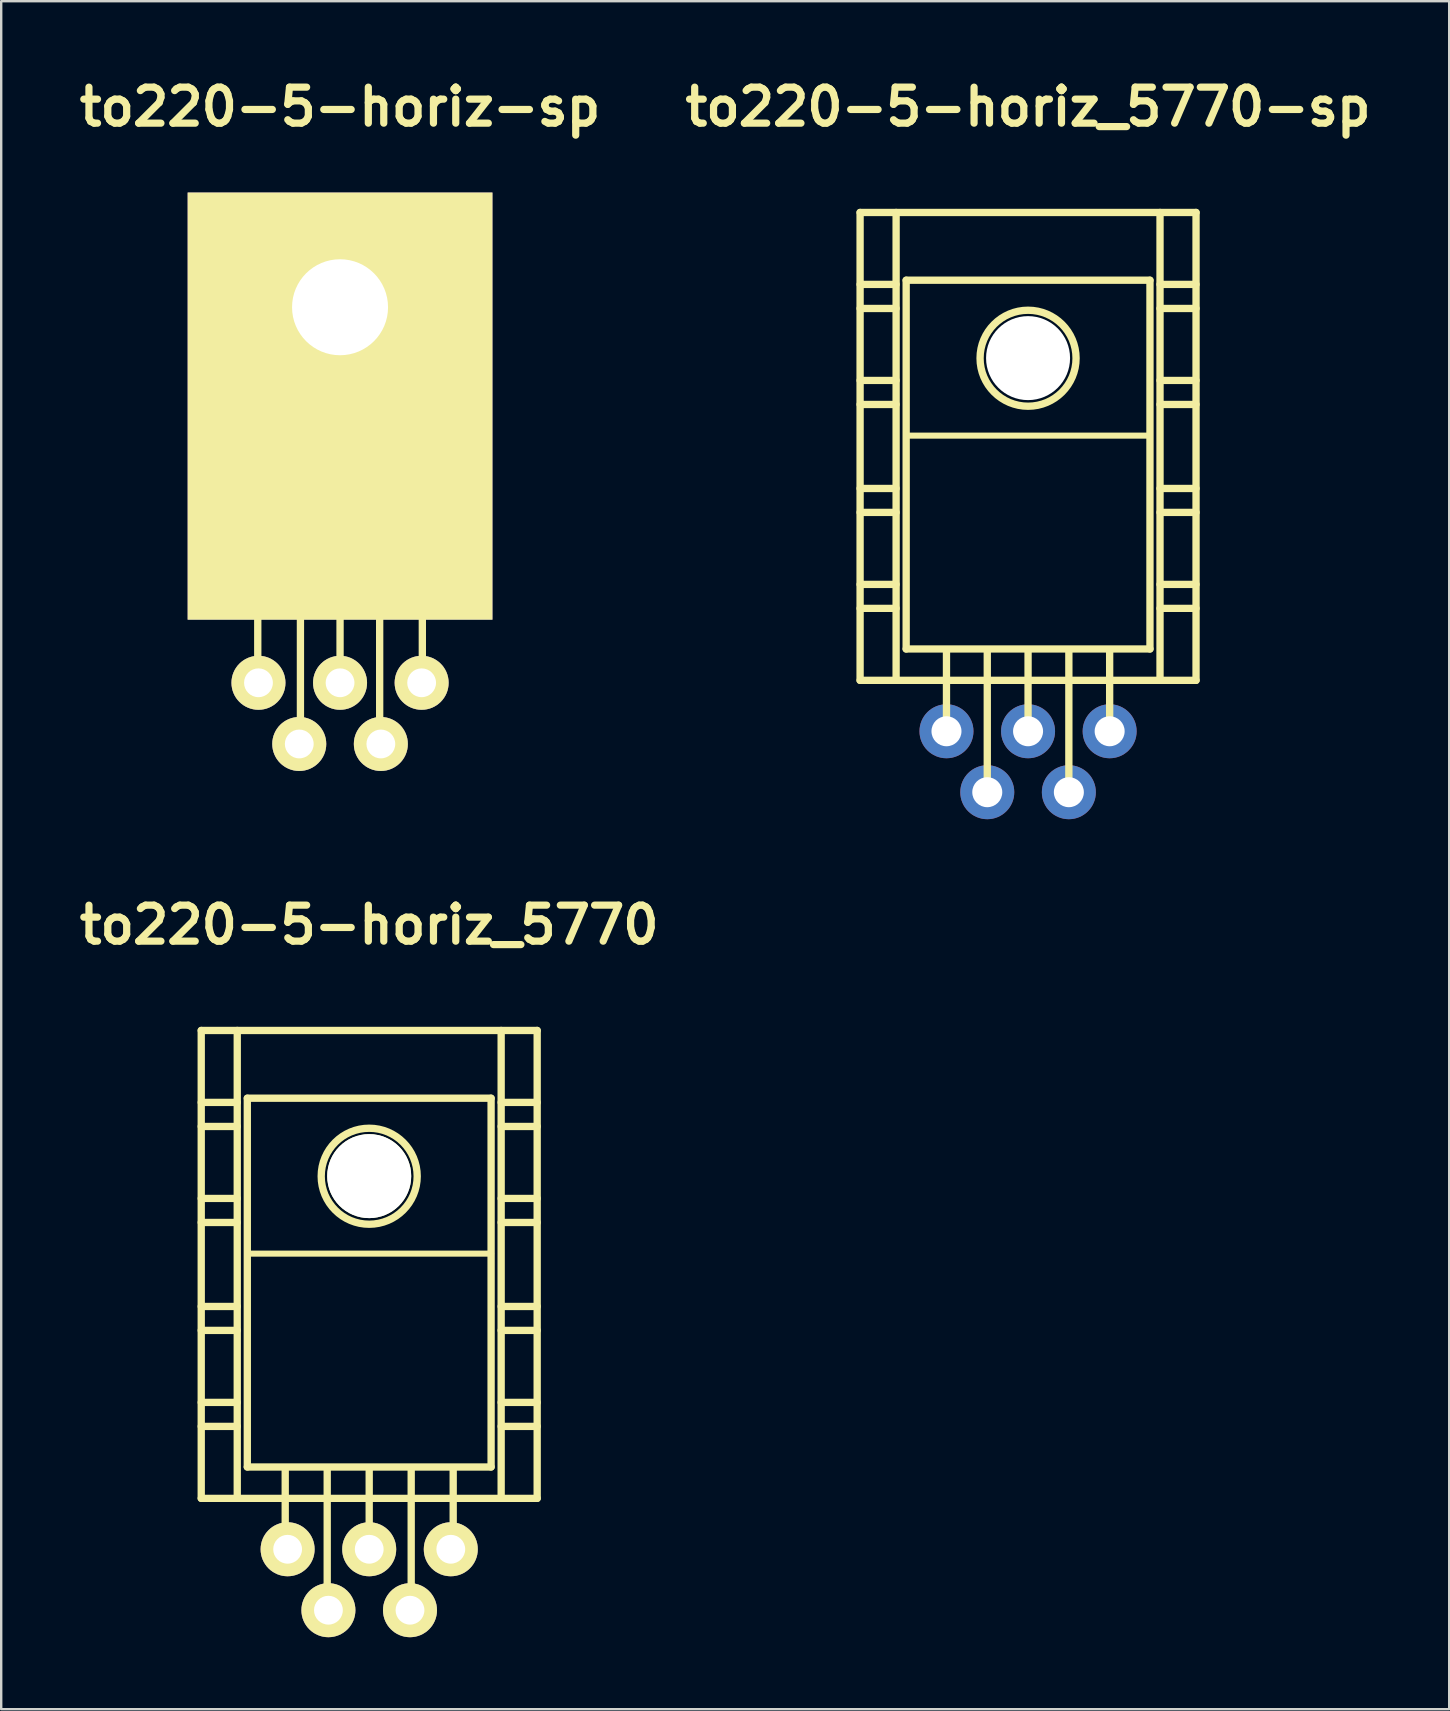
<source format=kicad_pcb>
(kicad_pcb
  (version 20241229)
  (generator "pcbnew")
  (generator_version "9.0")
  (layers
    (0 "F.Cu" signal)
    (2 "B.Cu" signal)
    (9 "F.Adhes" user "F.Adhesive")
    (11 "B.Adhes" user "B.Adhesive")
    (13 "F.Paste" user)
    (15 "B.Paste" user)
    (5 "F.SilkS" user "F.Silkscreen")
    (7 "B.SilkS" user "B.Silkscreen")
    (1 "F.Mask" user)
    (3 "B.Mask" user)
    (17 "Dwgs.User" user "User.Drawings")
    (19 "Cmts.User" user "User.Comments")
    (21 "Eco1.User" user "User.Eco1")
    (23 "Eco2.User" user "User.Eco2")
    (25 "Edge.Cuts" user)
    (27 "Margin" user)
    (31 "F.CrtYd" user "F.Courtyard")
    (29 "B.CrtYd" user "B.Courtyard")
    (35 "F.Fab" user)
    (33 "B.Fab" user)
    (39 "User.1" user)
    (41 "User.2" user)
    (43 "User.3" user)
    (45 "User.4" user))
  (footprint "to220-5-horiz_5770"
    (layer "F.Cu")
    (at 12.336 53.893)
    (property "Reference" "to220-5-horiz_5770" (at 0 -18.4 0) (layer "F.SilkS") (effects (font (size 1.5 1.5) (thickness 0.3))))
    (attr through_hole)
    (fp_line (start -7 -14) (end -7 5.499) (stroke (width 0.305) (type solid)) (layer "F.SilkS"))
    (fp_line (start -7 -11.001) (end -5.499 -11.001) (stroke (width 0.305) (type solid)) (layer "F.SilkS"))
    (fp_line (start -7 -10) (end -5.499 -10) (stroke (width 0.305) (type solid)) (layer "F.SilkS"))
    (fp_line (start -7 -7) (end -5.499 -7) (stroke (width 0.305) (type solid)) (layer "F.SilkS"))
    (fp_line (start -7 -5.999) (end -5.499 -5.999) (stroke (width 0.305) (type solid)) (layer "F.SilkS"))
    (fp_line (start -7 -2.499) (end -5.499 -2.499) (stroke (width 0.305) (type solid)) (layer "F.SilkS"))
    (fp_line (start -7 -1.501) (end -5.499 -1.501) (stroke (width 0.305) (type solid)) (layer "F.SilkS"))
    (fp_line (start -7 1.501) (end -5.499 1.501) (stroke (width 0.305) (type solid)) (layer "F.SilkS"))
    (fp_line (start -7 2.499) (end -5.499 2.499) (stroke (width 0.305) (type solid)) (layer "F.SilkS"))
    (fp_line (start -7 5.499) (end 7 5.499) (stroke (width 0.305) (type solid)) (layer "F.SilkS"))
    (fp_line (start -5.499 5.499) (end -5.499 -14) (stroke (width 0.305) (type solid)) (layer "F.SilkS"))
    (fp_line (start -5.08 -11.176) (end -5.08 4.191) (stroke (width 0.305) (type solid)) (layer "F.SilkS"))
    (fp_line (start -5.08 4.191) (end 5.08 4.191) (stroke (width 0.305) (type solid)) (layer "F.SilkS"))
    (fp_line (start -3.5 7.75) (end -3.5 4.249) (stroke (width 0.305) (type solid)) (layer "F.SilkS"))
    (fp_line (start -1.75 10.249) (end -1.75 4.249) (stroke (width 0.305) (type solid)) (layer "F.SilkS"))
    (fp_line (start 0 7.75) (end 0 4.249) (stroke (width 0.305) (type solid)) (layer "F.SilkS"))
    (fp_line (start 1.75 10.249) (end 1.75 4.249) (stroke (width 0.305) (type solid)) (layer "F.SilkS"))
    (fp_line (start 3.5 7.75) (end 3.5 4.249) (stroke (width 0.305) (type solid)) (layer "F.SilkS"))
    (fp_line (start 5.08 -11.176) (end -5.08 -11.176) (stroke (width 0.305) (type solid)) (layer "F.SilkS"))
    (fp_line (start 5.08 -4.699) (end -5.08 -4.699) (stroke (width 0.254) (type solid)) (layer "F.SilkS"))
    (fp_line (start 5.08 4.191) (end 5.08 -11.176) (stroke (width 0.305) (type solid)) (layer "F.SilkS"))
    (fp_line (start 5.499 -14) (end 5.499 5.499) (stroke (width 0.305) (type solid)) (layer "F.SilkS"))
    (fp_line (start 5.499 -11.001) (end 7 -11.001) (stroke (width 0.305) (type solid)) (layer "F.SilkS"))
    (fp_line (start 5.499 -10) (end 7 -10) (stroke (width 0.305) (type solid)) (layer "F.SilkS"))
    (fp_line (start 5.499 -7) (end 7 -7) (stroke (width 0.305) (type solid)) (layer "F.SilkS"))
    (fp_line (start 5.499 -5.999) (end 7 -5.999) (stroke (width 0.305) (type solid)) (layer "F.SilkS"))
    (fp_line (start 5.499 -2.499) (end 7 -2.499) (stroke (width 0.305) (type solid)) (layer "F.SilkS"))
    (fp_line (start 5.499 -1.501) (end 7 -1.501) (stroke (width 0.305) (type solid)) (layer "F.SilkS"))
    (fp_line (start 5.499 1.501) (end 7 1.501) (stroke (width 0.305) (type solid)) (layer "F.SilkS"))
    (fp_line (start 5.499 2.499) (end 7 2.499) (stroke (width 0.305) (type solid)) (layer "F.SilkS"))
    (fp_line (start 7 -14) (end -7 -14) (stroke (width 0.305) (type solid)) (layer "F.SilkS"))
    (fp_line (start 7 5.499) (end 7 -14) (stroke (width 0.305) (type solid)) (layer "F.SilkS"))
    (fp_circle (center 0 -7.925) (end -1.999 -8.001) (stroke (width 0.305) (type solid)) (fill no) (layer "F.SilkS"))
    (pad "" np_thru_hole circle (at 0 -7.93) (size 3.5 3.5) (drill 3.5) (layers "*.Cu" "*.Mask" "F.SilkS"))
    (pad "1" thru_hole circle (at 3.4 7.62) (size 2.25 2.25) (drill 1.2) (layers "*.Cu" "*.Mask" "F.SilkS"))
    (pad "2" thru_hole circle (at 1.7 10.16) (size 2.25 2.25) (drill 1.2) (layers "*.Cu" "*.Mask" "F.SilkS"))
    (pad "3" thru_hole circle (at 0 7.62) (size 2.25 2.25) (drill 1.2) (layers "*.Cu" "*.Mask" "F.SilkS"))
    (pad "4" thru_hole circle (at -1.7 10.16) (size 2.25 2.25) (drill 1.2) (layers "*.Cu" "*.Mask" "F.SilkS"))
    (pad "5" thru_hole circle (at -3.4 7.62) (size 2.25 2.25) (drill 1.2) (layers "*.Cu" "*.Mask" "F.SilkS")))
  (footprint "to220-5-horiz-sp"
    (layer "F.Cu")
    (at 11.121 17.404)
    (property "Reference" "to220-5-horiz-sp" (at 0 -16 0) (layer "F.SilkS") (effects (font (size 1.5 1.5) (thickness 0.3))))
    (attr through_hole)
    (fp_line (start -5.08 -10.922) (end -5.08 4.445) (stroke (width 0.305) (type solid)) (layer "F.SilkS"))
    (fp_line (start -5.08 4.445) (end 5.08 4.445) (stroke (width 0.305) (type solid)) (layer "F.SilkS"))
    (fp_line (start -3.429 8.001) (end -3.429 4.445) (stroke (width 0.305) (type solid)) (layer "F.SilkS"))
    (fp_line (start -1.651 10.541) (end -1.651 4.445) (stroke (width 0.305) (type solid)) (layer "F.SilkS"))
    (fp_line (start 0 8.001) (end 0 4.445) (stroke (width 0.305) (type solid)) (layer "F.SilkS"))
    (fp_line (start 1.651 10.541) (end 1.651 4.445) (stroke (width 0.305) (type solid)) (layer "F.SilkS"))
    (fp_line (start 3.429 8.001) (end 3.429 4.445) (stroke (width 0.305) (type solid)) (layer "F.SilkS"))
    (fp_line (start 5.08 -10.922) (end -5.08 -10.922) (stroke (width 0.305) (type solid)) (layer "F.SilkS"))
    (fp_line (start 5.08 -4.445) (end -5.08 -4.445) (stroke (width 0.254) (type solid)) (layer "F.SilkS"))
    (fp_line (start 5.08 4.445) (end 5.08 -10.922) (stroke (width 0.305) (type solid)) (layer "F.SilkS"))
    (pad "1" thru_hole circle (at -3.4 8) (size 2.25 2.25) (drill 1.2) (layers "*.Cu" "*.Mask" "F.SilkS"))
    (pad "2" thru_hole circle (at -1.7 10.55) (size 2.25 2.25) (drill 1.2) (layers "*.Cu" "*.Mask" "F.SilkS"))
    (pad "3" thru_hole circle (at 0 8) (size 2.25 2.25) (drill 1.2) (layers "*.Cu" "*.Mask" "F.SilkS"))
    (pad "4" thru_hole circle (at 1.7 10.55) (size 2.25 2.25) (drill 1.2) (layers "*.Cu" "*.Mask" "F.SilkS"))
    (pad "5" thru_hole circle (at 3.4 8) (size 2.25 2.25) (drill 1.2) (layers "*.Cu" "*.Mask" "F.SilkS"))
    (pad "6" thru_hole rect (at 0 -7.65) (size 12.7 17.8) (drill 4 (offset 0 4.12)) (layers "F.Cu" "F.Mask" "F.SilkS")))
  (footprint "to220-5-horiz_5770-sp"
    (layer "F.Cu")
    (at 39.793 19.804)
    (property "Reference" "to220-5-horiz_5770-sp" (at 0 -18.4 0) (layer "F.SilkS") (effects (font (size 1.5 1.5) (thickness 0.3))))
    (attr through_hole)
    (fp_line (start -7 -14) (end -7 5.499) (stroke (width 0.305) (type solid)) (layer "F.SilkS"))
    (fp_line (start -7 -11.001) (end -5.499 -11.001) (stroke (width 0.305) (type solid)) (layer "F.SilkS"))
    (fp_line (start -7 -10) (end -5.499 -10) (stroke (width 0.305) (type solid)) (layer "F.SilkS"))
    (fp_line (start -7 -7) (end -5.499 -7) (stroke (width 0.305) (type solid)) (layer "F.SilkS"))
    (fp_line (start -7 -5.999) (end -5.499 -5.999) (stroke (width 0.305) (type solid)) (layer "F.SilkS"))
    (fp_line (start -7 -2.499) (end -5.499 -2.499) (stroke (width 0.305) (type solid)) (layer "F.SilkS"))
    (fp_line (start -7 -1.501) (end -5.499 -1.501) (stroke (width 0.305) (type solid)) (layer "F.SilkS"))
    (fp_line (start -7 1.501) (end -5.499 1.501) (stroke (width 0.305) (type solid)) (layer "F.SilkS"))
    (fp_line (start -7 2.499) (end -5.499 2.499) (stroke (width 0.305) (type solid)) (layer "F.SilkS"))
    (fp_line (start -7 5.499) (end 7 5.499) (stroke (width 0.305) (type solid)) (layer "F.SilkS"))
    (fp_line (start -5.499 5.499) (end -5.499 -14) (stroke (width 0.305) (type solid)) (layer "F.SilkS"))
    (fp_line (start -5.08 -11.176) (end -5.08 4.191) (stroke (width 0.305) (type solid)) (layer "F.SilkS"))
    (fp_line (start -5.08 4.191) (end 5.08 4.191) (stroke (width 0.305) (type solid)) (layer "F.SilkS"))
    (fp_line (start -3.4 7.75) (end -3.4 4.249) (stroke (width 0.305) (type solid)) (layer "F.SilkS"))
    (fp_line (start -1.7 10.249) (end -1.7 4.249) (stroke (width 0.305) (type solid)) (layer "F.SilkS"))
    (fp_line (start 0 7.75) (end 0 4.249) (stroke (width 0.305) (type solid)) (layer "F.SilkS"))
    (fp_line (start 1.7 10.249) (end 1.7 4.249) (stroke (width 0.305) (type solid)) (layer "F.SilkS"))
    (fp_line (start 3.4 7.75) (end 3.4 4.249) (stroke (width 0.305) (type solid)) (layer "F.SilkS"))
    (fp_line (start 5.08 -11.176) (end -5.08 -11.176) (stroke (width 0.305) (type solid)) (layer "F.SilkS"))
    (fp_line (start 5.08 -4.699) (end -5.08 -4.699) (stroke (width 0.254) (type solid)) (layer "F.SilkS"))
    (fp_line (start 5.08 4.191) (end 5.08 -11.176) (stroke (width 0.305) (type solid)) (layer "F.SilkS"))
    (fp_line (start 5.499 -14) (end 5.499 5.499) (stroke (width 0.305) (type solid)) (layer "F.SilkS"))
    (fp_line (start 5.499 -11.001) (end 7 -11.001) (stroke (width 0.305) (type solid)) (layer "F.SilkS"))
    (fp_line (start 5.499 -10) (end 7 -10) (stroke (width 0.305) (type solid)) (layer "F.SilkS"))
    (fp_line (start 5.499 -7) (end 7 -7) (stroke (width 0.305) (type solid)) (layer "F.SilkS"))
    (fp_line (start 5.499 -5.999) (end 7 -5.999) (stroke (width 0.305) (type solid)) (layer "F.SilkS"))
    (fp_line (start 5.499 -2.499) (end 7 -2.499) (stroke (width 0.305) (type solid)) (layer "F.SilkS"))
    (fp_line (start 5.499 -1.501) (end 7 -1.501) (stroke (width 0.305) (type solid)) (layer "F.SilkS"))
    (fp_line (start 5.499 1.501) (end 7 1.501) (stroke (width 0.305) (type solid)) (layer "F.SilkS"))
    (fp_line (start 5.499 2.499) (end 7 2.499) (stroke (width 0.305) (type solid)) (layer "F.SilkS"))
    (fp_line (start 7 -14) (end -7 -14) (stroke (width 0.305) (type solid)) (layer "F.SilkS"))
    (fp_line (start 7 5.499) (end 7 -14) (stroke (width 0.305) (type solid)) (layer "F.SilkS"))
    (fp_circle (center 0 -7.925) (end -1.999 -8.001) (stroke (width 0.305) (type solid)) (fill no) (layer "F.SilkS"))
    (pad "" np_thru_hole circle (at 0 -7.93) (size 3.5 3.5) (drill 3.5) (layers "*.Cu" "*.Mask"))
    (pad "1" thru_hole circle (at -3.4 7.62) (size 2.25 2.25) (drill 1.25) (layers "*.Cu" "*.Mask"))
    (pad "2" thru_hole circle (at -1.7 10.16) (size 2.25 2.25) (drill 1.25) (layers "*.Cu" "*.Mask"))
    (pad "3" thru_hole circle (at 0 7.62) (size 2.25 2.25) (drill 1.25) (layers "*.Cu" "*.Mask"))
    (pad "4" thru_hole circle (at 1.7 10.16) (size 2.25 2.25) (drill 1.25) (layers "*.Cu" "*.Mask"))
    (pad "5" thru_hole circle (at 3.4 7.62) (size 2.25 2.25) (drill 1.25) (layers "*.Cu" "*.Mask")))
  (gr_rect
    (start -3 -3)
    (end 57.343 68.178)
    (stroke (width 0.1) (type default))
    (fill no)
    (layer "Edge.Cuts")))
</source>
